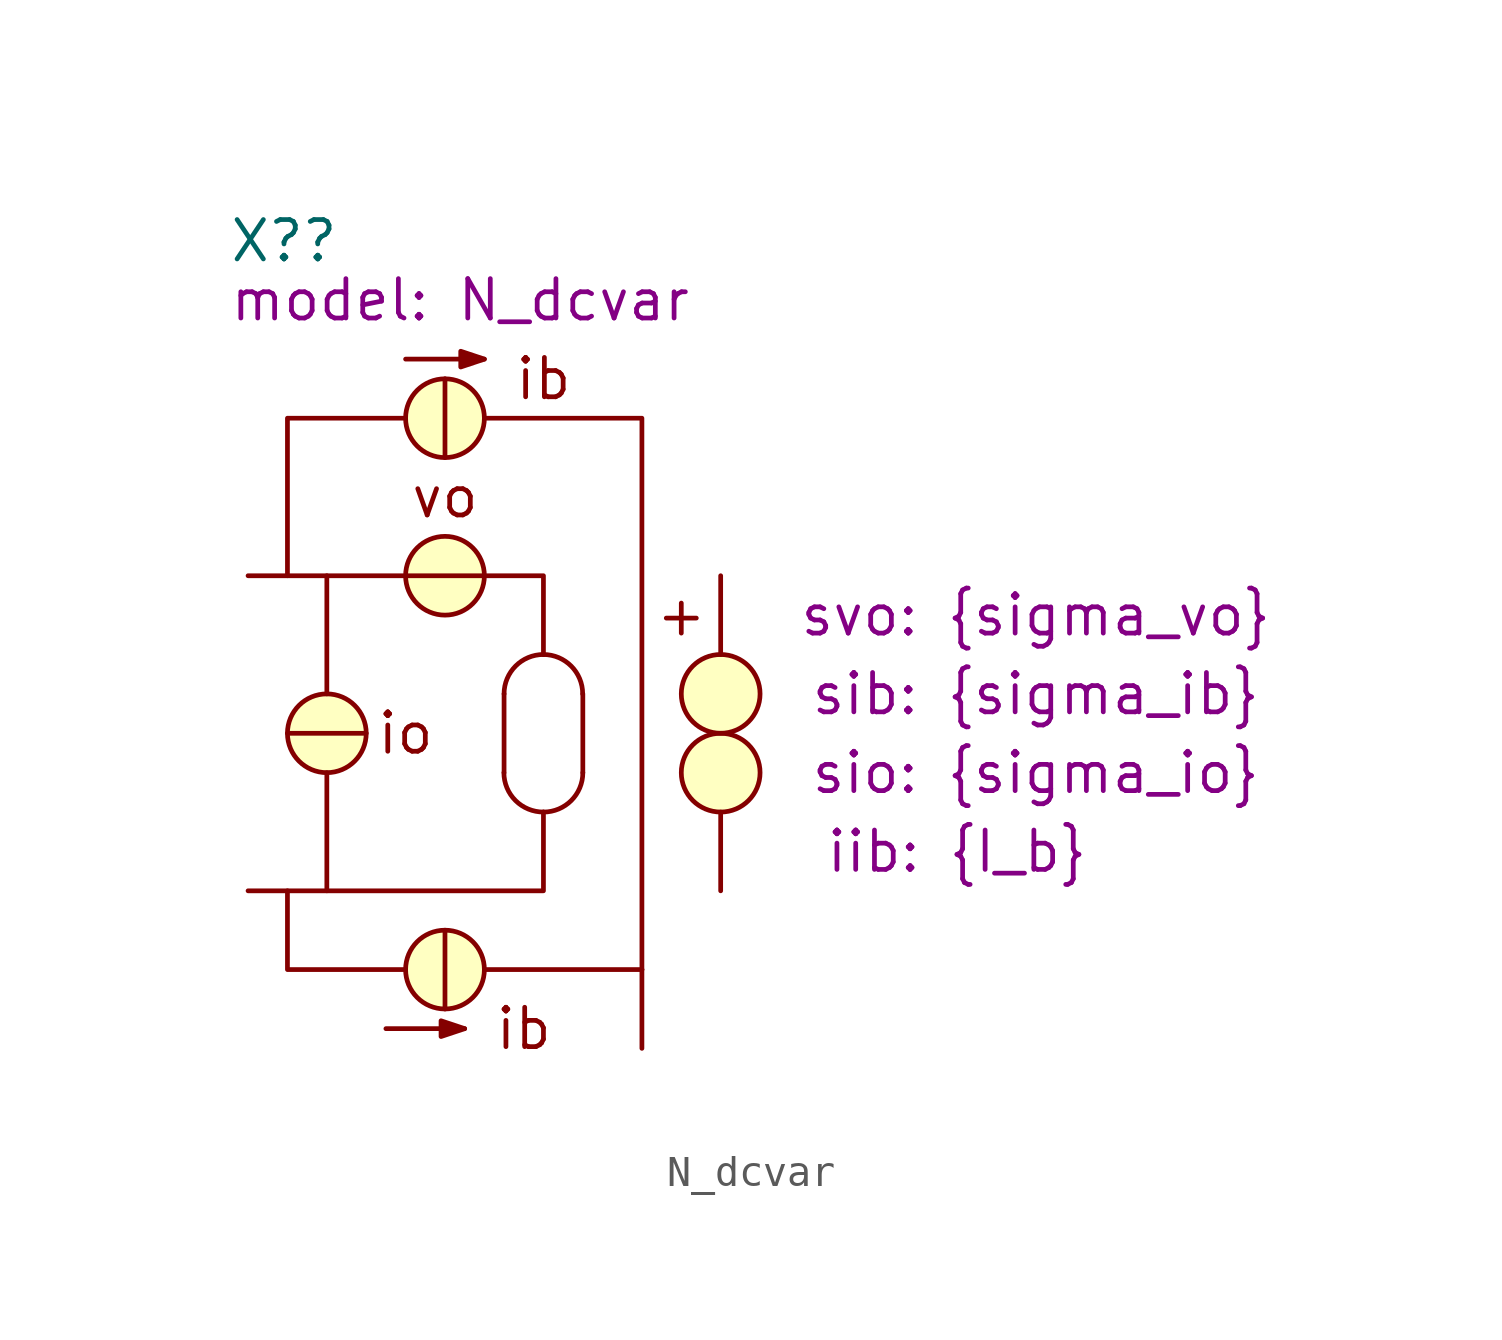
<source format=kicad_sym>
(kicad_symbol_lib
  (version 20241209)
  (generator "kicad_symbol_editor")
  (generator_version "9.0")
  (symbol "N_dcvar"
    (pin_numbers
      (hide yes))
    (pin_names
      (offset 0)
      (hide yes))
    (property "Reference" "X?"
      (at -15.875 15.875 0)
      (effects (font (size 1.27 1.27)) (justify left)))
    (property "Value" ""
      (at -15.875 13.97 0)
      (effects (font (size 1.27 1.27)) (justify left)))
    (property "svo" "{sigma_vo}"
      (at 10.16 3.81 0)
      (show_name)
      (effects (font (size 1.27 1.27))))
    (property "sib" "{sigma_ib}"
      (at 10.16 1.27 0)
      (show_name)
      (effects (font (size 1.27 1.27))))
    (property "sio" "{sigma_io}"
      (at 10.16 -1.27 0)
      (show_name)
      (effects (font (size 1.27 1.27))))
    (property "iib" "{I_b}"
      (at 7.62 -3.81 0)
      (show_name)
      (effects (font (size 1.27 1.27))))
    (property "model" "N_dcvar"
      (at -15.875 13.97 0)
      (show_name)
      (effects (font (size 1.27 1.27)) (justify left)))
    (symbol "N_dcvar_0_0"
      (polyline (pts (xy -8.89 11.43) (xy -8.89 8.89)) (stroke (width 0) (type default)) (fill (type none)))
      (polyline (pts (xy -8.89 -6.35) (xy -8.89 -8.89)) (stroke (width 0) (type default)) (fill (type none))))
    (symbol "N_dcvar_0_1"
      (polyline (pts (xy -13.97 5.08) (xy -13.97 10.16) (xy -10.16 10.16)) (stroke (width 0) (type default)) (fill (type none)))
      (polyline (pts (xy -13.97 0) (xy -11.43 0)) (stroke (width 0) (type default)) (fill (type none)))
      (polyline (pts (xy -13.97 -5.08) (xy -13.97 -7.62) (xy -10.16 -7.62)) (stroke (width 0) (type default)) (fill (type none)))
      (polyline (pts (xy -12.7 -1.27) (xy -12.7 -5.08) (xy -5.715 -5.08) (xy -5.715 -2.54)) (stroke (width 0) (type default)) (fill (type none)))
      (polyline (pts (xy -8.255 -9.525) (xy -10.795 -9.525)) (stroke (width 0) (type solid)) (fill (type none)))
      (polyline (pts (xy -8.255 -9.525) (xy -9.017 -9.271) (xy -9.017 -9.779) (xy -8.255 -9.525)) (stroke (width 0) (type solid)) (fill (type outline)))
      (polyline (pts (xy -7.62 12.065) (xy -10.16 12.065)) (stroke (width 0) (type solid)) (fill (type none)))
      (polyline (pts (xy -7.62 12.065) (xy -8.382 12.319) (xy -8.382 11.811) (xy -7.62 12.065)) (stroke (width 0) (type solid)) (fill (type outline)))
      (polyline (pts (xy -6.985 1.27) (xy -6.985 -1.27)) (stroke (width 0) (type default)) (fill (type none)))
      (arc (start -4.445 -1.27) (mid -4.817 -2.168) (end -5.715 -2.54) (stroke (width 0) (type default)) (fill (type none)))
      (polyline (pts (xy -5.715 2.54) (xy -5.715 5.08) (xy -12.7 5.08) (xy -12.7 1.27)) (stroke (width 0) (type default)) (fill (type none)))
      (arc (start -5.7149 2.5401) (mid -4.8169 2.1681) (end -4.4449 1.2701) (stroke (width 0) (type default)) (fill (type none)))
      (arc (start -5.715 -2.54) (mid -6.613 -2.168) (end -6.985 -1.27) (stroke (width 0) (type default)) (fill (type none)))
      (arc (start -6.9849 1.2701) (mid -6.6129 2.1681) (end -5.7149 2.5401) (stroke (width 0) (type default)) (fill (type none)))
      (polyline (pts (xy -4.445 1.27) (xy -4.445 -1.27)) (stroke (width 0) (type default)) (fill (type none)))
      (polyline (pts (xy -2.54 -7.62) (xy -7.62 -7.62)) (stroke (width 0) (type default)) (fill (type none)))
      (polyline (pts (xy -2.54 -7.62) (xy -2.54 10.16) (xy -7.62 10.16)) (stroke (width 0) (type default)) (fill (type none))))
    (symbol "N_dcvar_1_0"
      (pin power_out line (at -2.54 -10.16 90) (length 2.54) (name "bias" (effects (font (size 1.27 1.27)))) (number "5" (effects (font (size 1.27 1.27)))))
      (pin power_out line (at 0 5.08 270) (length 2.54) (name "outP" (effects (font (size 1.27 1.27)))) (number "3" (effects (font (size 1.27 1.27)))))
      (pin power_out line (at 0 -5.08 90) (length 2.54) (name "outN" (effects (font (size 1.27 1.27)))) (number "4" (effects (font (size 1.27 1.27))))))
    (symbol "N_dcvar_1_1"
      (circle (center -12.7 0) (radius 1.27) (stroke (width 0) (type default)) (fill (type background)))
      (circle (center -8.89 10.16) (radius 1.27) (stroke (width 0) (type default)) (fill (type background)))
      (circle (center -8.89 5.08) (radius 1.27) (stroke (width 0) (type default)) (fill (type background)))
      (circle (center -8.89 -7.62) (radius 1.27) (stroke (width 0) (type default)) (fill (type background)))
      (circle (center 0 1.27) (radius 1.27) (stroke (width 0) (type default)) (fill (type background)))
      (circle (center 0 -1.27) (radius 1.27) (stroke (width 0) (type default)) (fill (type background)))
      (text "io" (at -10.16 0 0) (effects (font (size 1.27 1.27))))
      (text "vo" (at -8.89 7.62 0) (effects (font (size 1.27 1.27))))
      (text "ib" (at -6.35 -9.525 0) (effects (font (size 1.27 1.27))))
      (text "ib" (at -5.715 11.43 0) (effects (font (size 1.27 1.27))))
      (text "+" (at -1.27 3.81 0) (effects (font (size 1.27 1.27))))
      (pin input line (at -15.24 5.08 0) (length 2.54) (name "inp" (effects (font (size 1.27 1.27)))) (number "1" (effects (font (size 1.27 1.27)))))
      (pin input line (at -15.24 -5.08 0) (length 2.54) (name "inN" (effects (font (size 1.27 1.27)))) (number "2" (effects (font (size 1.27 1.27))))))))
</source>
